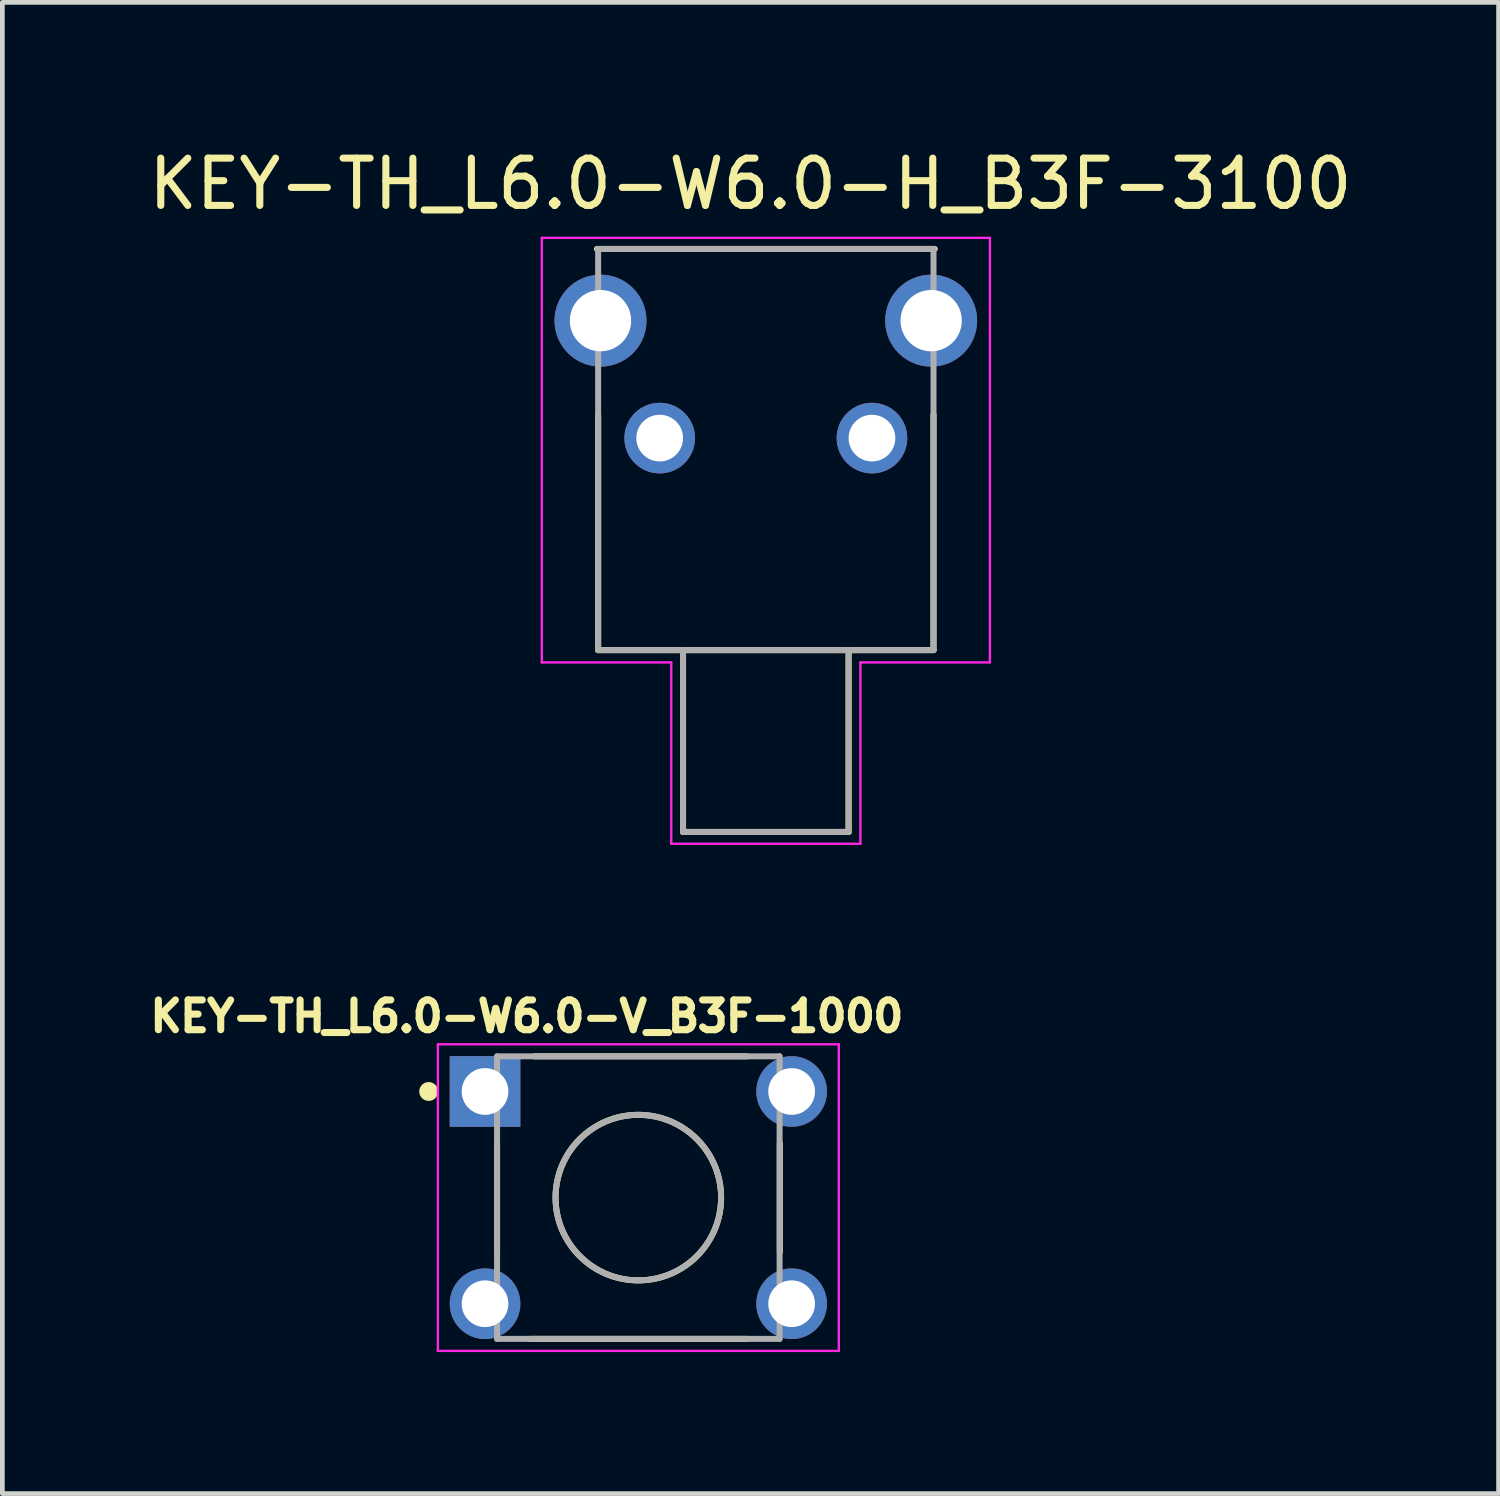
<source format=kicad_pcb>
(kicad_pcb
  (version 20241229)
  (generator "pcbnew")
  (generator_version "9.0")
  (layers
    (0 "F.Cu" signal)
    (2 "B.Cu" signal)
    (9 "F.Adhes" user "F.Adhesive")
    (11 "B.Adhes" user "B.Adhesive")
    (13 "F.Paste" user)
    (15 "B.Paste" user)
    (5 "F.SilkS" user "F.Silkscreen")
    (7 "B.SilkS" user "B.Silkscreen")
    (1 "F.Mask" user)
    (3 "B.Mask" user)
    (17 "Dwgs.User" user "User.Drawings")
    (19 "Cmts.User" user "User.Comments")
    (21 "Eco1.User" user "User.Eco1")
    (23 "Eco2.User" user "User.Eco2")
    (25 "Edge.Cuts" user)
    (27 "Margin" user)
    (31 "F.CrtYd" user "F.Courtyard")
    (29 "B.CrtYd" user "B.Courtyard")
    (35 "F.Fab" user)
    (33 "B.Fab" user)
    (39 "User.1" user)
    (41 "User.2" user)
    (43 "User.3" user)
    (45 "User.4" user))
  (footprint "KEY-TH_L6.0-W6.0-V_B3F-1000"
    (layer "F.Cu")
    (at 10.483 22.34)
    (property "Reference" "KEY-TH_L6.0-W6.0-V_B3F-1000" (at -2.363 -3.844 0) (layer "F.SilkS") (effects (font (size 0.631 0.631) (thickness 0.15))))
    (attr through_hole)
    (fp_line (start -2.995 -1.15) (end -2.995 1.15) (stroke (width 0.127) (type solid)) (layer "F.SilkS"))
    (fp_line (start -2.2 -2.995) (end 2.3 -2.995) (stroke (width 0.127) (type solid)) (layer "F.SilkS"))
    (fp_line (start 2.3 2.995) (end -2.3 2.995) (stroke (width 0.127) (type solid)) (layer "F.SilkS"))
    (fp_line (start 3 -1.15) (end 3 1.15) (stroke (width 0.127) (type solid)) (layer "F.SilkS"))
    (fp_circle (center -4.445 -2.25) (end -4.345 -2.25) (stroke (width 0.2) (type solid)) (fill no) (layer "F.SilkS"))
    (fp_circle (center 0 0) (end 1.755 0) (stroke (width 0.127) (type solid)) (fill no) (layer "F.SilkS"))
    (fp_line (start -4.25 -3.25) (end -4.25 3.25) (stroke (width 0.05) (type solid)) (layer "F.CrtYd"))
    (fp_line (start -4.25 3.25) (end 4.25 3.25) (stroke (width 0.05) (type solid)) (layer "F.CrtYd"))
    (fp_line (start 4.25 -3.25) (end -4.25 -3.25) (stroke (width 0.05) (type solid)) (layer "F.CrtYd"))
    (fp_line (start 4.25 3.25) (end 4.25 -3.25) (stroke (width 0.05) (type solid)) (layer "F.CrtYd"))
    (fp_line (start -2.995 -2.995) (end -2.995 2.995) (stroke (width 0.127) (type solid)) (layer "F.Fab"))
    (fp_line (start -2.995 2.995) (end 2.995 2.995) (stroke (width 0.127) (type solid)) (layer "F.Fab"))
    (fp_line (start 2.995 -2.995) (end -2.995 -2.995) (stroke (width 0.127) (type solid)) (layer "F.Fab"))
    (fp_line (start 2.995 2.995) (end 2.995 -2.995) (stroke (width 0.127) (type solid)) (layer "F.Fab"))
    (fp_circle (center 0 0) (end 1.755 0) (stroke (width 0.127) (type solid)) (fill no) (layer "F.Fab"))
    (pad "1" thru_hole rect (at -3.25 -2.25) (size 1.498 1.498) (drill 0.99) (layers "*.Cu" "*.Mask"))
    (pad "2" thru_hole circle (at 3.25 -2.25) (size 1.498 1.498) (drill 0.99) (layers "*.Cu" "*.Mask"))
    (pad "3" thru_hole circle (at -3.25 2.25) (size 1.498 1.498) (drill 0.99) (layers "*.Cu" "*.Mask"))
    (pad "4" thru_hole circle (at 3.25 2.25) (size 1.498 1.498) (drill 0.99) (layers "*.Cu" "*.Mask")))
  (footprint "KEY-TH_L6.0-W6.0-H_B3F-3100"
    (layer "F.Cu")
    (at 13.186 6.238)
    (property "Reference" "KEY-TH_L6.0-W6.0-H_B3F-3100" (at -0.326 -5.389 0) (layer "F.SilkS") (effects (font (size 1.002 1.002) (thickness 0.15))))
    (attr through_hole)
    (fp_line (start -3.58 -4.01) (end 3.58 -4.01) (stroke (width 0.127) (type solid)) (layer "F.SilkS"))
    (fp_line (start -3.555 4.495) (end -3.555 -0.485) (stroke (width 0.127) (type solid)) (layer "F.SilkS"))
    (fp_line (start -1.755 4.495) (end -3.555 4.495) (stroke (width 0.127) (type solid)) (layer "F.SilkS"))
    (fp_line (start -1.755 4.495) (end -1.755 8.35) (stroke (width 0.127) (type solid)) (layer "F.SilkS"))
    (fp_line (start -1.755 8.35) (end 1.755 8.35) (stroke (width 0.127) (type solid)) (layer "F.SilkS"))
    (fp_line (start 1.755 4.495) (end -1.755 4.495) (stroke (width 0.127) (type solid)) (layer "F.SilkS"))
    (fp_line (start 1.755 8.35) (end 1.755 4.495) (stroke (width 0.127) (type solid)) (layer "F.SilkS"))
    (fp_line (start 3.555 -0.5) (end 3.555 4.495) (stroke (width 0.127) (type solid)) (layer "F.SilkS"))
    (fp_line (start 3.555 4.495) (end 1.755 4.495) (stroke (width 0.127) (type solid)) (layer "F.SilkS"))
    (fp_line (start -4.75 -4.245) (end 4.75 -4.245) (stroke (width 0.05) (type solid)) (layer "F.CrtYd"))
    (fp_line (start -4.75 4.755) (end -4.75 -4.245) (stroke (width 0.05) (type solid)) (layer "F.CrtYd"))
    (fp_line (start -2.005 4.755) (end -4.75 4.755) (stroke (width 0.05) (type solid)) (layer "F.CrtYd"))
    (fp_line (start -2.005 8.6) (end -2.005 4.755) (stroke (width 0.05) (type solid)) (layer "F.CrtYd"))
    (fp_line (start 2.005 4.755) (end 2.005 8.6) (stroke (width 0.05) (type solid)) (layer "F.CrtYd"))
    (fp_line (start 2.005 8.6) (end -2.005 8.6) (stroke (width 0.05) (type solid)) (layer "F.CrtYd"))
    (fp_line (start 4.75 -4.245) (end 4.75 4.755) (stroke (width 0.05) (type solid)) (layer "F.CrtYd"))
    (fp_line (start 4.75 4.755) (end 2.005 4.755) (stroke (width 0.05) (type solid)) (layer "F.CrtYd"))
    (fp_line (start -3.555 -4.01) (end 3.555 -4.01) (stroke (width 0.127) (type solid)) (layer "F.Fab"))
    (fp_line (start -3.555 4.495) (end -3.555 -4.01) (stroke (width 0.127) (type solid)) (layer "F.Fab"))
    (fp_line (start -1.755 4.495) (end -3.555 4.495) (stroke (width 0.127) (type solid)) (layer "F.Fab"))
    (fp_line (start -1.755 4.495) (end -1.755 8.35) (stroke (width 0.127) (type solid)) (layer "F.Fab"))
    (fp_line (start -1.755 8.35) (end 1.755 8.35) (stroke (width 0.127) (type solid)) (layer "F.Fab"))
    (fp_line (start 1.755 4.495) (end -1.755 4.495) (stroke (width 0.127) (type solid)) (layer "F.Fab"))
    (fp_line (start 1.755 8.35) (end 1.755 4.495) (stroke (width 0.127) (type solid)) (layer "F.Fab"))
    (fp_line (start 3.555 -4.01) (end 3.555 4.495) (stroke (width 0.127) (type solid)) (layer "F.Fab"))
    (fp_line (start 3.555 4.495) (end 1.755 4.495) (stroke (width 0.127) (type solid)) (layer "F.Fab"))
    (pad "1" thru_hole circle (at -2.25 0) (size 1.498 1.498) (drill 0.99) (layers "*.Cu" "*.Mask"))
    (pad "2" thru_hole circle (at 2.25 0) (size 1.498 1.498) (drill 0.99) (layers "*.Cu" "*.Mask"))
    (pad "S1" thru_hole circle (at -3.505 -2.49) (size 1.95 1.95) (drill 1.3) (layers "*.Cu" "*.Mask"))
    (pad "S2" thru_hole circle (at 3.505 -2.49) (size 1.95 1.95) (drill 1.3) (layers "*.Cu" "*.Mask")))
  (gr_rect
    (start -3 -3)
    (end 28.721 28.615)
    (stroke (width 0.1) (type default))
    (fill no)
    (layer "Edge.Cuts")))
</source>
